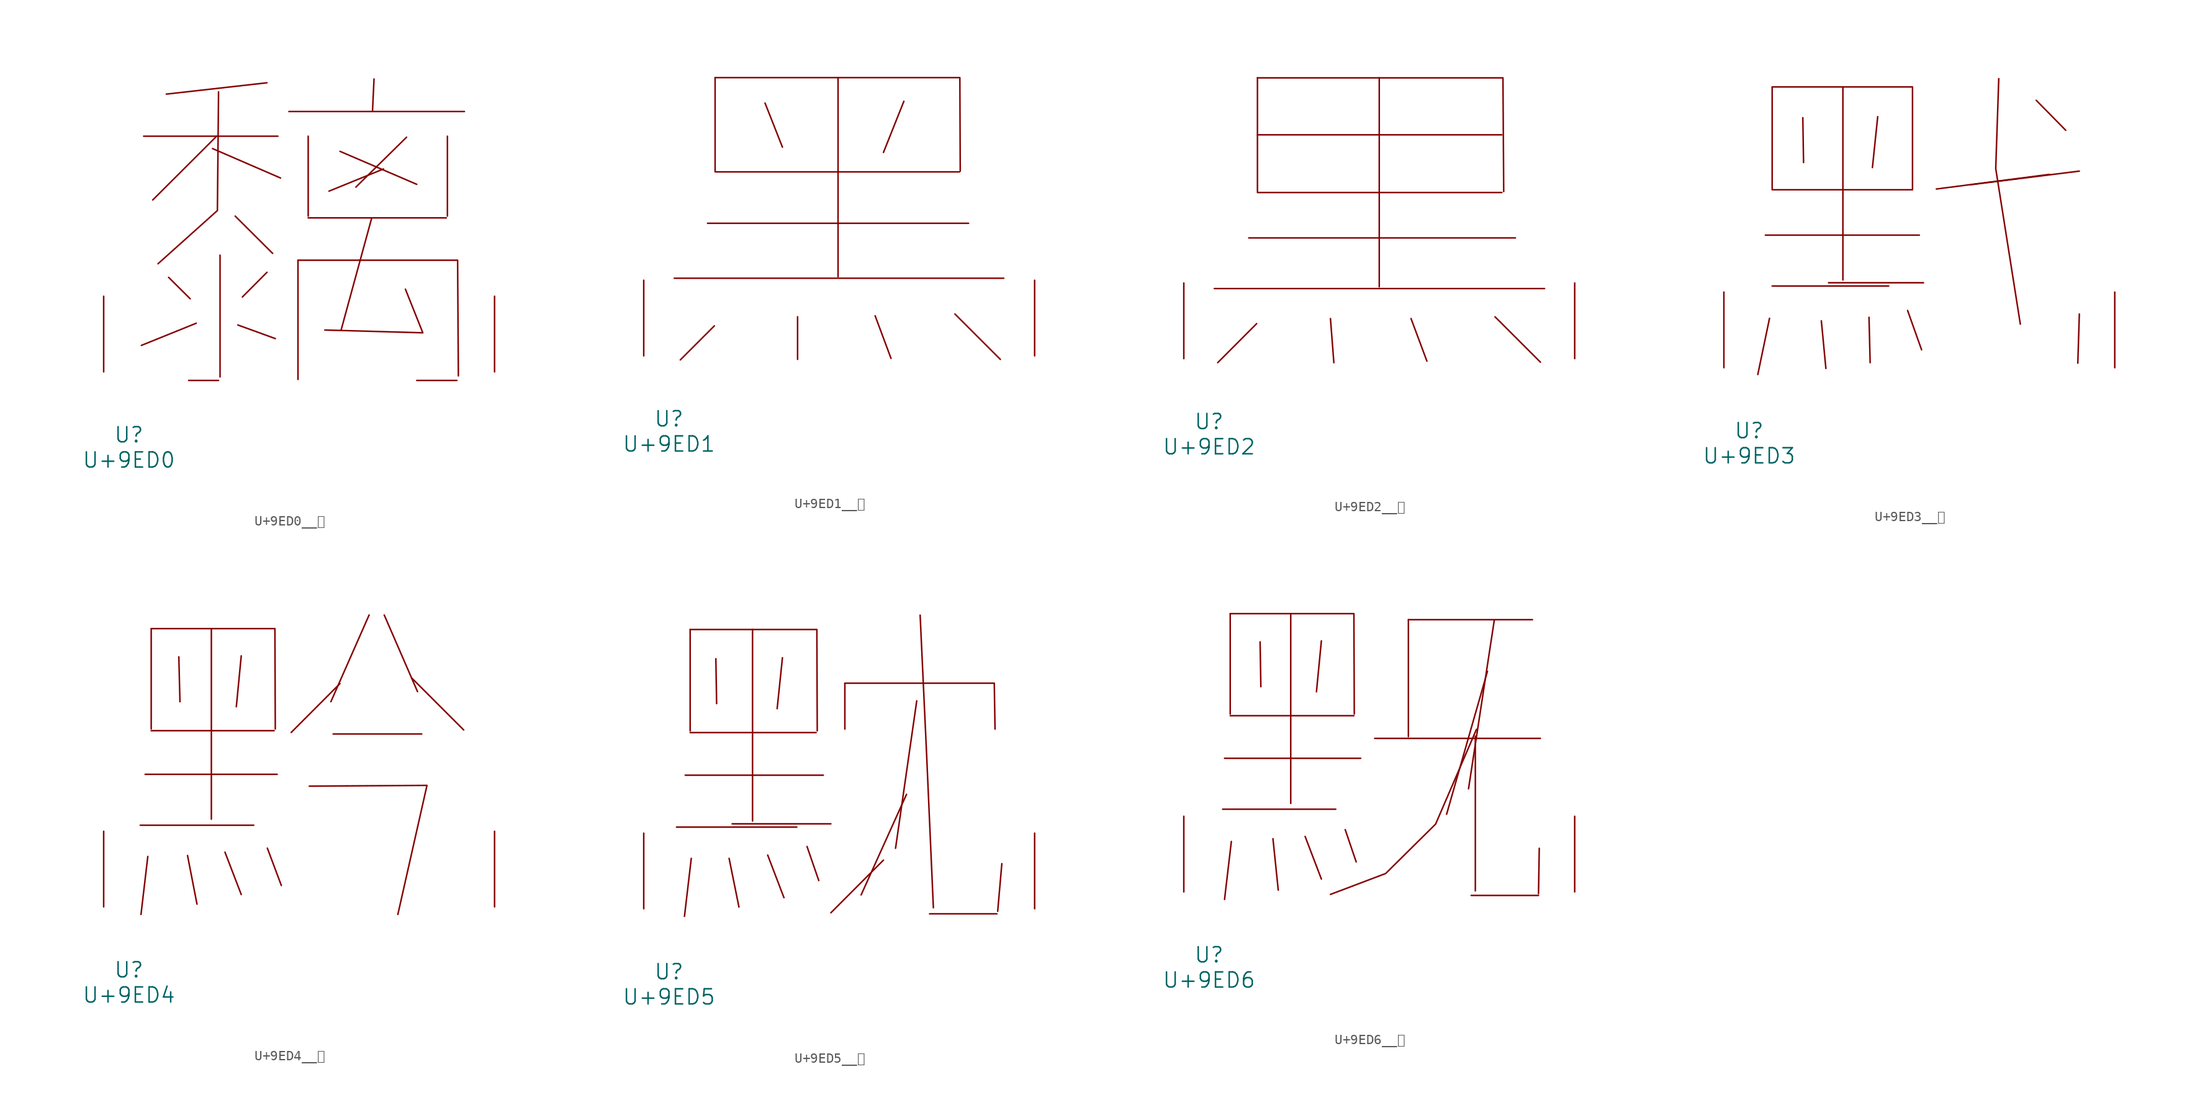
<source format=kicad_sym>
(kicad_symbol_lib
  (version 20231120)
  (generator "kicad_symbol_editor")
  (generator_version "8.0")
  (symbol "U+9ED0__黐"
    (pin_names
      (offset 1.016))
    (property "Reference" "U"
      (at 0 -6.35 0)
      (effects (font (size 1.524 1.524))))
    (property "Value" "U+9ED0"
      (at 0 -8.89 0)
      (effects (font (size 1.524 1.524))))
    (symbol "U+9ED0__黐_0_1"
      (polyline (pts (xy 1.486 23.749) (xy 15.011 23.749)) (stroke (width 0) (type solid)) (fill (type none)))
      (polyline (pts (xy 4 9.525) (xy 6.172 7.366)) (stroke (width 0) (type solid)) (fill (type none)))
      (polyline (pts (xy 6.02 -0.864) (xy 9.03 -0.864)) (stroke (width 0) (type solid)) (fill (type none)))
      (polyline (pts (xy 6.782 4.902) (xy 1.257 2.667)) (stroke (width 0) (type solid)) (fill (type none)))
      (polyline (pts (xy 8.42 22.504) (xy 15.278 19.533)) (stroke (width 0) (type solid)) (fill (type none)))
      (polyline (pts (xy 8.839 23.749) (xy 2.4 17.323)) (stroke (width 0) (type solid)) (fill (type none)))
      (polyline (pts (xy 9.182 11.76) (xy 9.182 -0.508)) (stroke (width 0) (type solid)) (fill (type none)))
      (polyline (pts (xy 10.706 15.697) (xy 14.478 11.938)) (stroke (width 0) (type solid)) (fill (type none)))
      (polyline (pts (xy 10.973 4.724) (xy 14.745 3.353)) (stroke (width 0) (type solid)) (fill (type none)))
      (polyline (pts (xy 13.906 10.033) (xy 11.43 7.544)) (stroke (width 0) (type solid)) (fill (type none)))
      (polyline (pts (xy 13.906 29.134) (xy 3.772 27.991)) (stroke (width 0) (type solid)) (fill (type none)))
      (polyline (pts (xy 16.116 26.238) (xy 33.795 26.238)) (stroke (width 0) (type solid)) (fill (type none)))
      (polyline (pts (xy 17.031 11.252) (xy 17.031 -0.762)) (stroke (width 0) (type solid)) (fill (type none)))
      (polyline (pts (xy 18.059 15.519) (xy 31.966 15.519)) (stroke (width 0) (type solid)) (fill (type none)))
      (polyline (pts (xy 18.059 23.749) (xy 18.059 15.697)) (stroke (width 0) (type solid)) (fill (type none)))
      (polyline (pts (xy 21.26 22.225) (xy 28.994 18.898)) (stroke (width 0) (type solid)) (fill (type none)))
      (polyline (pts (xy 24.46 15.519) (xy 21.374 4.216)) (stroke (width 0) (type solid)) (fill (type none)))
      (polyline (pts (xy 24.689 29.515) (xy 24.536 26.238)) (stroke (width 0) (type solid)) (fill (type none)))
      (polyline (pts (xy 25.641 20.447) (xy 20.155 18.212)) (stroke (width 0) (type solid)) (fill (type none)))
      (polyline (pts (xy 27.965 23.647) (xy 22.86 18.618)) (stroke (width 0) (type solid)) (fill (type none)))
      (polyline (pts (xy 28.994 -0.864) (xy 33.033 -0.864)) (stroke (width 0) (type solid)) (fill (type none)))
      (polyline (pts (xy 32.08 23.749) (xy 32.08 15.697)) (stroke (width 0) (type solid)) (fill (type none)))
      (polyline (pts (xy 9.03 28.219) (xy 8.915 16.256) (xy 2.934 10.897)) (stroke (width 0) (type solid)) (fill (type none)))
      (polyline (pts (xy 17.031 11.252) (xy 33.109 11.252) (xy 33.185 -0.406)) (stroke (width 0) (type solid)) (fill (type none)))
      (polyline (pts (xy 27.851 8.331) (xy 29.604 3.937) (xy 19.736 4.216)) (stroke (width 0) (type solid)) (fill (type none)))
      (pin input line (at -2.54 0 90) (length 7.62) (name "~" (effects (font (size 1.27 1.27)))) (number "~" (effects (font (size 1.27 1.27)))))
      (pin input line (at 36.83 0 90) (length 7.62) (name "~" (effects (font (size 1.27 1.27)))) (number "~" (effects (font (size 1.27 1.27)))))))
  (symbol "U+9ED1__黑"
    (pin_names
      (offset 1.016))
    (property "Reference" "U"
      (at 0 -6.35 0)
      (effects (font (size 1.524 1.524))))
    (property "Value" "U+9ED1"
      (at 0 -8.89 0)
      (effects (font (size 1.524 1.524))))
    (symbol "U+9ED1__黑_0_1"
      (polyline (pts (xy 0.533 7.823) (xy 33.718 7.823)) (stroke (width 0) (type solid)) (fill (type none)))
      (polyline (pts (xy 3.886 13.36) (xy 30.175 13.36)) (stroke (width 0) (type solid)) (fill (type none)))
      (polyline (pts (xy 4.572 3.023) (xy 1.143 -0.406)) (stroke (width 0) (type solid)) (fill (type none)))
      (polyline (pts (xy 4.648 18.542) (xy 29.261 18.542)) (stroke (width 0) (type solid)) (fill (type none)))
      (polyline (pts (xy 4.648 28.042) (xy 4.648 18.618)) (stroke (width 0) (type solid)) (fill (type none)))
      (polyline (pts (xy 9.677 25.476) (xy 11.43 21.031)) (stroke (width 0) (type solid)) (fill (type none)))
      (polyline (pts (xy 12.954 3.937) (xy 12.954 -0.356)) (stroke (width 0) (type solid)) (fill (type none)))
      (polyline (pts (xy 17.031 28.042) (xy 17.031 7.976)) (stroke (width 0) (type solid)) (fill (type none)))
      (polyline (pts (xy 20.765 4.039) (xy 22.365 -0.254)) (stroke (width 0) (type solid)) (fill (type none)))
      (polyline (pts (xy 23.66 25.654) (xy 21.603 20.498)) (stroke (width 0) (type solid)) (fill (type none)))
      (polyline (pts (xy 28.804 4.216) (xy 33.376 -0.356)) (stroke (width 0) (type solid)) (fill (type none)))
      (polyline (pts (xy 4.648 28.042) (xy 29.299 28.042) (xy 29.337 18.618)) (stroke (width 0) (type solid)) (fill (type none)))
      (pin input line (at -2.54 0 90) (length 7.62) (name "~" (effects (font (size 1.27 1.27)))) (number "~" (effects (font (size 1.27 1.27)))))
      (pin input line (at 36.83 0 90) (length 7.62) (name "~" (effects (font (size 1.27 1.27)))) (number "~" (effects (font (size 1.27 1.27)))))))
  (symbol "U+9ED2__黒"
    (pin_names
      (offset 1.016))
    (property "Reference" "U"
      (at 0 -6.35 0)
      (effects (font (size 1.524 1.524))))
    (property "Value" "U+9ED2"
      (at 0 -8.89 0)
      (effects (font (size 1.524 1.524))))
    (symbol "U+9ED2__黒_0_1"
      (polyline (pts (xy 0.533 7.061) (xy 33.795 7.061)) (stroke (width 0) (type solid)) (fill (type none)))
      (polyline (pts (xy 4 12.167) (xy 30.861 12.167)) (stroke (width 0) (type solid)) (fill (type none)))
      (polyline (pts (xy 4.801 3.531) (xy 0.876 -0.406)) (stroke (width 0) (type solid)) (fill (type none)))
      (polyline (pts (xy 4.877 16.739) (xy 29.489 16.739)) (stroke (width 0) (type solid)) (fill (type none)))
      (polyline (pts (xy 4.877 22.555) (xy 29.489 22.555)) (stroke (width 0) (type solid)) (fill (type none)))
      (polyline (pts (xy 4.877 28.296) (xy 4.877 16.84)) (stroke (width 0) (type solid)) (fill (type none)))
      (polyline (pts (xy 12.23 4.039) (xy 12.573 -0.406)) (stroke (width 0) (type solid)) (fill (type none)))
      (polyline (pts (xy 17.145 28.296) (xy 17.145 7.239)) (stroke (width 0) (type solid)) (fill (type none)))
      (polyline (pts (xy 20.345 4.039) (xy 21.946 -0.254)) (stroke (width 0) (type solid)) (fill (type none)))
      (polyline (pts (xy 28.804 4.216) (xy 33.376 -0.356)) (stroke (width 0) (type solid)) (fill (type none)))
      (polyline (pts (xy 4.877 28.296) (xy 29.604 28.296) (xy 29.68 16.84)) (stroke (width 0) (type solid)) (fill (type none)))
      (pin input line (at -2.54 0 90) (length 7.62) (name "~" (effects (font (size 1.27 1.27)))) (number "~" (effects (font (size 1.27 1.27)))))
      (pin input line (at 36.83 0 90) (length 7.62) (name "~" (effects (font (size 1.27 1.27)))) (number "~" (effects (font (size 1.27 1.27)))))))
  (symbol "U+9ED3__黓"
    (pin_names
      (offset 1.016))
    (property "Reference" "U"
      (at 0 -6.35 0)
      (effects (font (size 1.524 1.524))))
    (property "Value" "U+9ED3"
      (at 0 -8.89 0)
      (effects (font (size 1.524 1.524))))
    (symbol "U+9ED3__黓_0_1"
      (polyline (pts (xy 1.638 13.36) (xy 17.145 13.36)) (stroke (width 0) (type solid)) (fill (type none)))
      (polyline (pts (xy 2.057 4.978) (xy 0.876 -0.686)) (stroke (width 0) (type solid)) (fill (type none)))
      (polyline (pts (xy 2.324 8.23) (xy 14.059 8.23)) (stroke (width 0) (type solid)) (fill (type none)))
      (polyline (pts (xy 2.324 17.932) (xy 16.459 17.932)) (stroke (width 0) (type solid)) (fill (type none)))
      (polyline (pts (xy 2.324 28.296) (xy 2.324 18.009)) (stroke (width 0) (type solid)) (fill (type none)))
      (polyline (pts (xy 5.41 25.197) (xy 5.486 20.676)) (stroke (width 0) (type solid)) (fill (type none)))
      (polyline (pts (xy 7.277 4.724) (xy 7.734 -0.076)) (stroke (width 0) (type solid)) (fill (type none)))
      (polyline (pts (xy 8.001 8.56) (xy 17.564 8.56)) (stroke (width 0) (type solid)) (fill (type none)))
      (polyline (pts (xy 9.449 28.296) (xy 9.449 8.839)) (stroke (width 0) (type solid)) (fill (type none)))
      (polyline (pts (xy 12.078 5.08) (xy 12.192 0.508)) (stroke (width 0) (type solid)) (fill (type none)))
      (polyline (pts (xy 12.954 25.298) (xy 12.421 20.168)) (stroke (width 0) (type solid)) (fill (type none)))
      (polyline (pts (xy 15.964 5.766) (xy 17.374 1.803)) (stroke (width 0) (type solid)) (fill (type none)))
      (polyline (pts (xy 28.918 26.949) (xy 31.89 23.927)) (stroke (width 0) (type solid)) (fill (type none)))
      (polyline (pts (xy 30.251 19.482) (xy 18.86 18.009)) (stroke (width 0) (type solid)) (fill (type none)))
      (polyline (pts (xy 33.261 5.41) (xy 33.109 0.457)) (stroke (width 0) (type solid)) (fill (type none)))
      (polyline (pts (xy 33.261 19.812) (xy 22.288 18.44)) (stroke (width 0) (type solid)) (fill (type none)))
      (polyline (pts (xy 2.324 28.296) (xy 16.459 28.296) (xy 16.459 18.009)) (stroke (width 0) (type solid)) (fill (type none)))
      (polyline (pts (xy 25.146 29.134) (xy 24.841 20.066) (xy 27.318 4.394)) (stroke (width 0) (type solid)) (fill (type none)))
      (pin input line (at -2.54 0 90) (length 7.62) (name "~" (effects (font (size 1.27 1.27)))) (number "~" (effects (font (size 1.27 1.27)))))
      (pin input line (at 36.83 0 90) (length 7.62) (name "~" (effects (font (size 1.27 1.27)))) (number "~" (effects (font (size 1.27 1.27)))))))
  (symbol "U+9ED4__黔"
    (pin_names
      (offset 1.016))
    (property "Reference" "U"
      (at 0 -6.35 0)
      (effects (font (size 1.524 1.524))))
    (property "Value" "U+9ED4"
      (at 0 -8.89 0)
      (effects (font (size 1.524 1.524))))
    (symbol "U+9ED4__黔_0_1"
      (polyline (pts (xy 1.143 8.23) (xy 12.573 8.23)) (stroke (width 0) (type solid)) (fill (type none)))
      (polyline (pts (xy 1.638 13.36) (xy 14.935 13.36)) (stroke (width 0) (type solid)) (fill (type none)))
      (polyline (pts (xy 1.905 5.08) (xy 1.219 -0.762)) (stroke (width 0) (type solid)) (fill (type none)))
      (polyline (pts (xy 2.248 17.755) (xy 14.63 17.755)) (stroke (width 0) (type solid)) (fill (type none)))
      (polyline (pts (xy 2.248 28.042) (xy 2.248 17.932)) (stroke (width 0) (type solid)) (fill (type none)))
      (polyline (pts (xy 5.029 25.197) (xy 5.144 20.676)) (stroke (width 0) (type solid)) (fill (type none)))
      (polyline (pts (xy 5.905 5.182) (xy 6.858 0.279)) (stroke (width 0) (type solid)) (fill (type none)))
      (polyline (pts (xy 8.306 28.042) (xy 8.306 8.839)) (stroke (width 0) (type solid)) (fill (type none)))
      (polyline (pts (xy 9.677 5.512) (xy 11.316 1.245)) (stroke (width 0) (type solid)) (fill (type none)))
      (polyline (pts (xy 11.316 25.298) (xy 10.82 20.168)) (stroke (width 0) (type solid)) (fill (type none)))
      (polyline (pts (xy 13.945 5.918) (xy 15.354 2.159)) (stroke (width 0) (type solid)) (fill (type none)))
      (polyline (pts (xy 20.574 17.424) (xy 29.489 17.424)) (stroke (width 0) (type solid)) (fill (type none)))
      (polyline (pts (xy 21.26 22.504) (xy 16.345 17.577)) (stroke (width 0) (type solid)) (fill (type none)))
      (polyline (pts (xy 24.194 29.413) (xy 20.345 20.676)) (stroke (width 0) (type solid)) (fill (type none)))
      (polyline (pts (xy 25.718 29.413) (xy 29.07 21.692)) (stroke (width 0) (type solid)) (fill (type none)))
      (polyline (pts (xy 28.461 23.089) (xy 33.718 17.831)) (stroke (width 0) (type solid)) (fill (type none)))
      (polyline (pts (xy 2.248 28.042) (xy 14.707 28.042) (xy 14.745 17.932)) (stroke (width 0) (type solid)) (fill (type none)))
      (polyline (pts (xy 18.174 12.167) (xy 30.023 12.243) (xy 27.089 -0.762)) (stroke (width 0) (type solid)) (fill (type none)))
      (pin input line (at -2.54 0 90) (length 7.62) (name "~" (effects (font (size 1.27 1.27)))) (number "~" (effects (font (size 1.27 1.27)))))
      (pin input line (at 36.83 0 90) (length 7.62) (name "~" (effects (font (size 1.27 1.27)))) (number "~" (effects (font (size 1.27 1.27)))))))
  (symbol "U+9ED5__黕"
    (pin_names
      (offset 1.016))
    (property "Reference" "U"
      (at 0 -6.35 0)
      (effects (font (size 1.524 1.524))))
    (property "Value" "U+9ED5"
      (at 0 -8.89 0)
      (effects (font (size 1.524 1.524))))
    (symbol "U+9ED5__黕_0_1"
      (polyline (pts (xy 0.762 8.23) (xy 12.878 8.23)) (stroke (width 0) (type solid)) (fill (type none)))
      (polyline (pts (xy 1.638 13.462) (xy 15.545 13.462)) (stroke (width 0) (type solid)) (fill (type none)))
      (polyline (pts (xy 2.134 17.755) (xy 14.821 17.755)) (stroke (width 0) (type solid)) (fill (type none)))
      (polyline (pts (xy 2.134 28.143) (xy 2.134 17.932)) (stroke (width 0) (type solid)) (fill (type none)))
      (polyline (pts (xy 2.248 5.08) (xy 1.562 -0.762)) (stroke (width 0) (type solid)) (fill (type none)))
      (polyline (pts (xy 4.724 25.197) (xy 4.801 20.676)) (stroke (width 0) (type solid)) (fill (type none)))
      (polyline (pts (xy 6.058 5.08) (xy 7.048 0.178)) (stroke (width 0) (type solid)) (fill (type none)))
      (polyline (pts (xy 6.363 8.56) (xy 16.307 8.56)) (stroke (width 0) (type solid)) (fill (type none)))
      (polyline (pts (xy 8.42 28.143) (xy 8.42 8.839)) (stroke (width 0) (type solid)) (fill (type none)))
      (polyline (pts (xy 9.944 5.41) (xy 11.582 1.118)) (stroke (width 0) (type solid)) (fill (type none)))
      (polyline (pts (xy 11.43 25.298) (xy 10.897 20.168)) (stroke (width 0) (type solid)) (fill (type none)))
      (polyline (pts (xy 13.906 6.274) (xy 15.088 2.845)) (stroke (width 0) (type solid)) (fill (type none)))
      (polyline (pts (xy 17.716 22.733) (xy 17.716 18.11)) (stroke (width 0) (type solid)) (fill (type none)))
      (polyline (pts (xy 21.603 4.902) (xy 16.307 -0.406)) (stroke (width 0) (type solid)) (fill (type none)))
      (polyline (pts (xy 23.927 11.532) (xy 19.355 1.397)) (stroke (width 0) (type solid)) (fill (type none)))
      (polyline (pts (xy 24.956 20.955) (xy 22.822 6.096)) (stroke (width 0) (type solid)) (fill (type none)))
      (polyline (pts (xy 26.251 -0.508) (xy 33.033 -0.508)) (stroke (width 0) (type solid)) (fill (type none)))
      (polyline (pts (xy 33.528 4.547) (xy 33.109 -0.254)) (stroke (width 0) (type solid)) (fill (type none)))
      (polyline (pts (xy 2.134 28.143) (xy 14.897 28.143) (xy 14.935 17.932)) (stroke (width 0) (type solid)) (fill (type none)))
      (polyline (pts (xy 17.716 22.733) (xy 32.766 22.733) (xy 32.842 18.11)) (stroke (width 0) (type solid)) (fill (type none)))
      (polyline (pts (xy 25.298 29.591) (xy 25.946 15.646) (xy 26.632 0.102)) (stroke (width 0) (type solid)) (fill (type none)))
      (pin input line (at -2.54 0 90) (length 7.62) (name "~" (effects (font (size 1.27 1.27)))) (number "~" (effects (font (size 1.27 1.27)))))
      (pin input line (at 36.83 0 90) (length 7.62) (name "~" (effects (font (size 1.27 1.27)))) (number "~" (effects (font (size 1.27 1.27)))))))
  (symbol "U+9ED6__黖"
    (pin_names
      (offset 1.016))
    (property "Reference" "U"
      (at 0 -6.35 0)
      (effects (font (size 1.524 1.524))))
    (property "Value" "U+9ED6"
      (at 0 -8.89 0)
      (effects (font (size 1.524 1.524))))
    (symbol "U+9ED6__黖_0_1"
      (polyline (pts (xy 1.372 8.331) (xy 12.764 8.331)) (stroke (width 0) (type solid)) (fill (type none)))
      (polyline (pts (xy 1.562 13.462) (xy 15.278 13.462)) (stroke (width 0) (type solid)) (fill (type none)))
      (polyline (pts (xy 2.134 17.755) (xy 14.592 17.755)) (stroke (width 0) (type solid)) (fill (type none)))
      (polyline (pts (xy 2.134 28.042) (xy 2.134 17.932)) (stroke (width 0) (type solid)) (fill (type none)))
      (polyline (pts (xy 2.248 5.08) (xy 1.562 -0.762)) (stroke (width 0) (type solid)) (fill (type none)))
      (polyline (pts (xy 5.144 25.197) (xy 5.22 20.676)) (stroke (width 0) (type solid)) (fill (type none)))
      (polyline (pts (xy 6.439 5.359) (xy 6.972 0.178)) (stroke (width 0) (type solid)) (fill (type none)))
      (polyline (pts (xy 8.23 28.042) (xy 8.23 8.915)) (stroke (width 0) (type solid)) (fill (type none)))
      (polyline (pts (xy 9.677 5.588) (xy 11.316 1.295)) (stroke (width 0) (type solid)) (fill (type none)))
      (polyline (pts (xy 11.316 25.298) (xy 10.82 20.168)) (stroke (width 0) (type solid)) (fill (type none)))
      (polyline (pts (xy 13.716 6.274) (xy 14.821 3.023)) (stroke (width 0) (type solid)) (fill (type none)))
      (polyline (pts (xy 16.688 15.469) (xy 33.376 15.469)) (stroke (width 0) (type solid)) (fill (type none)))
      (polyline (pts (xy 20.079 27.432) (xy 20.079 15.646)) (stroke (width 0) (type solid)) (fill (type none)))
      (polyline (pts (xy 20.079 27.432) (xy 32.575 27.432)) (stroke (width 0) (type solid)) (fill (type none)))
      (polyline (pts (xy 26.403 -0.356) (xy 33.185 -0.356)) (stroke (width 0) (type solid)) (fill (type none)))
      (polyline (pts (xy 26.822 15.697) (xy 26.822 0.102)) (stroke (width 0) (type solid)) (fill (type none)))
      (polyline (pts (xy 28.042 22.225) (xy 23.927 7.823)) (stroke (width 0) (type solid)) (fill (type none)))
      (polyline (pts (xy 28.727 27.356) (xy 26.137 10.389)) (stroke (width 0) (type solid)) (fill (type none)))
      (polyline (pts (xy 33.261 4.394) (xy 33.185 -0.178)) (stroke (width 0) (type solid)) (fill (type none)))
      (polyline (pts (xy 2.134 28.042) (xy 14.592 28.042) (xy 14.63 17.932)) (stroke (width 0) (type solid)) (fill (type none)))
      (polyline (pts (xy 26.937 16.383) (xy 22.822 6.833) (xy 17.793 1.854) (xy 12.23 -0.254)) (stroke (width 0) (type solid)) (fill (type none)))
      (pin input line (at -2.54 0 90) (length 7.62) (name "~" (effects (font (size 1.27 1.27)))) (number "~" (effects (font (size 1.27 1.27)))))
      (pin input line (at 36.83 0 90) (length 7.62) (name "~" (effects (font (size 1.27 1.27)))) (number "~" (effects (font (size 1.27 1.27))))))))
</source>
